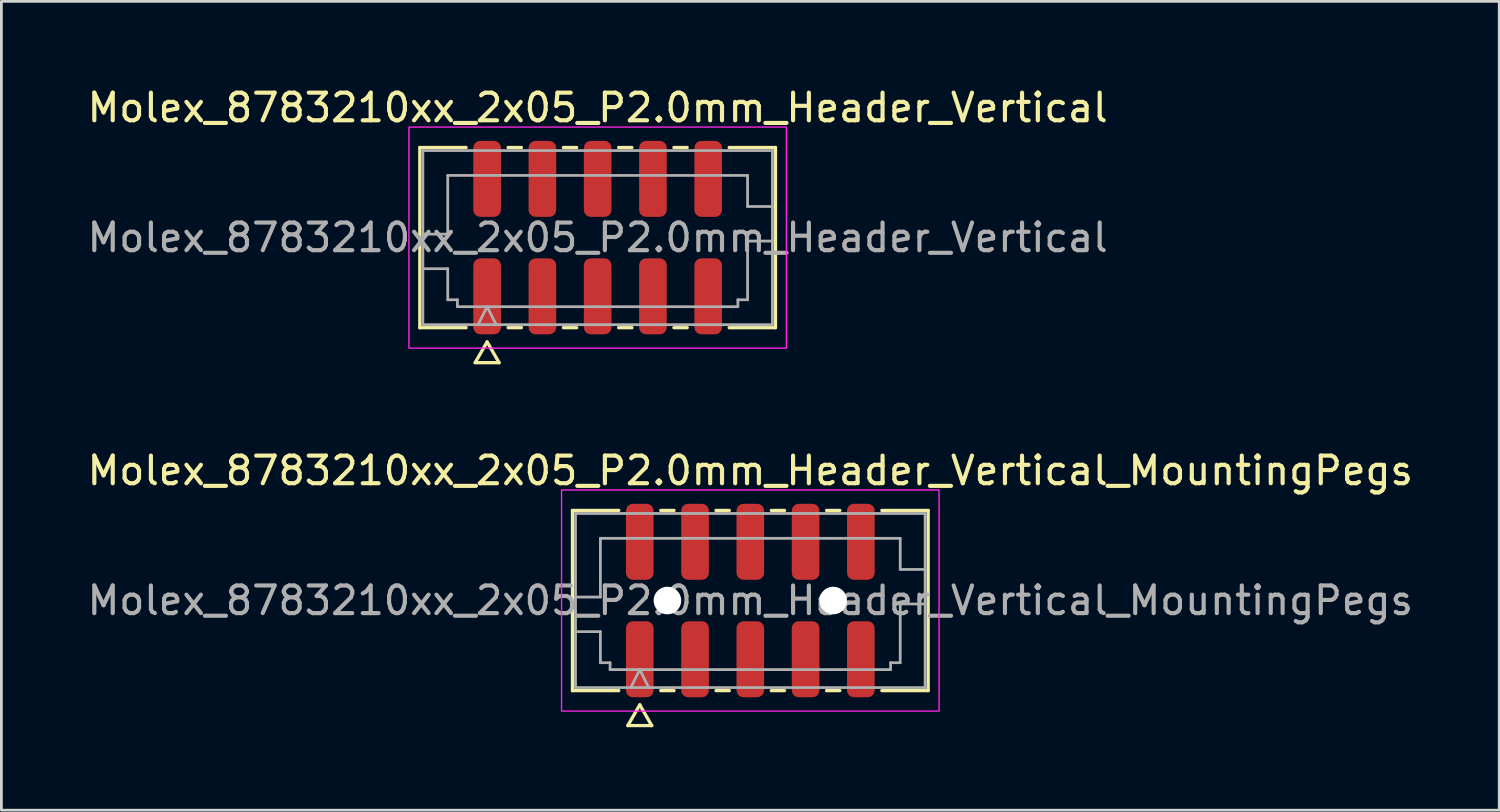
<source format=kicad_pcb>
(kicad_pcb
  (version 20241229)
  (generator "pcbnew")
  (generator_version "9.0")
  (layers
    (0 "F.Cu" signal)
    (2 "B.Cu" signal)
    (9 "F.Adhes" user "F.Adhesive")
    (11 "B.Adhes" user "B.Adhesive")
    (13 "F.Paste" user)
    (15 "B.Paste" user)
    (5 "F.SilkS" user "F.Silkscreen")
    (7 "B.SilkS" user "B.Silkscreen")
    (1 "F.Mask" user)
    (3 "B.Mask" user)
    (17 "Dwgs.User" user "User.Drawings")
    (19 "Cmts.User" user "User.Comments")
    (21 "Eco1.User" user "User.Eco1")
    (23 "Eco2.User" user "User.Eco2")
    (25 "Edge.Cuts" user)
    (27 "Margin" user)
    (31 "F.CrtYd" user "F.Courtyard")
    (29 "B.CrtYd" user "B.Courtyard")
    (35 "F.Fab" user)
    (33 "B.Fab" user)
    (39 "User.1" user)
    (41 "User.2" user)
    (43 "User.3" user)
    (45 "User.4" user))
  (footprint "Molex_8783210xx_2x05_P2.0mm_Header_Vertical_MountingPegs"
    (layer "F.Cu")
    (at 24.101 18.681)
    (property "Reference" "Molex_8783210xx_2x05_P2.0mm_Header_Vertical_MountingPegs" (at 0 -4.7 0) (layer "F.SilkS") (effects (font (size 1 1) (thickness 0.15))))
    (attr smd)
    (fp_line (start -6.435 -3.26) (end -4.76 -3.26) (stroke (width 0.12) (type solid)) (layer "F.SilkS"))
    (fp_line (start -6.435 3.26) (end -6.435 -3.26) (stroke (width 0.12) (type solid)) (layer "F.SilkS"))
    (fp_line (start -4.76 3.26) (end -6.435 3.26) (stroke (width 0.12) (type solid)) (layer "F.SilkS"))
    (fp_line (start -4.433 4.525) (end -4 3.775) (stroke (width 0.12) (type solid)) (layer "F.SilkS"))
    (fp_line (start -4 3.775) (end -3.567 4.525) (stroke (width 0.12) (type solid)) (layer "F.SilkS"))
    (fp_line (start -3.567 4.525) (end -4.433 4.525) (stroke (width 0.12) (type solid)) (layer "F.SilkS"))
    (fp_line (start -3.24 -3.26) (end -2.76 -3.26) (stroke (width 0.12) (type solid)) (layer "F.SilkS"))
    (fp_line (start -2.76 3.26) (end -3.24 3.26) (stroke (width 0.12) (type solid)) (layer "F.SilkS"))
    (fp_line (start -1.24 -3.26) (end -0.76 -3.26) (stroke (width 0.12) (type solid)) (layer "F.SilkS"))
    (fp_line (start -0.76 3.26) (end -1.24 3.26) (stroke (width 0.12) (type solid)) (layer "F.SilkS"))
    (fp_line (start 0.76 -3.26) (end 1.24 -3.26) (stroke (width 0.12) (type solid)) (layer "F.SilkS"))
    (fp_line (start 1.24 3.26) (end 0.76 3.26) (stroke (width 0.12) (type solid)) (layer "F.SilkS"))
    (fp_line (start 2.76 -3.26) (end 3.24 -3.26) (stroke (width 0.12) (type solid)) (layer "F.SilkS"))
    (fp_line (start 3.24 3.26) (end 2.76 3.26) (stroke (width 0.12) (type solid)) (layer "F.SilkS"))
    (fp_line (start 4.76 -3.26) (end 6.435 -3.26) (stroke (width 0.12) (type solid)) (layer "F.SilkS"))
    (fp_line (start 6.435 -3.26) (end 6.435 3.26) (stroke (width 0.12) (type solid)) (layer "F.SilkS"))
    (fp_line (start 6.435 3.26) (end 4.76 3.26) (stroke (width 0.12) (type solid)) (layer "F.SilkS"))
    (fp_rect (start -6.83 -4) (end 6.83 4) (stroke (width 0.05) (type solid)) (fill no) (layer "F.CrtYd"))
    (fp_line (start -6.325 -3.15) (end 6.325 -3.15) (stroke (width 0.1) (type solid)) (layer "F.Fab"))
    (fp_line (start -6.325 -0.125) (end -5.425 -0.125) (stroke (width 0.1) (type solid)) (layer "F.Fab"))
    (fp_line (start -6.325 1.125) (end -5.425 1.125) (stroke (width 0.1) (type solid)) (layer "F.Fab"))
    (fp_line (start -6.325 3.15) (end -6.325 -3.15) (stroke (width 0.1) (type solid)) (layer "F.Fab"))
    (fp_line (start -5.425 -2.25) (end 5.425 -2.25) (stroke (width 0.1) (type solid)) (layer "F.Fab"))
    (fp_line (start -5.425 -0.125) (end -5.425 -2.25) (stroke (width 0.1) (type solid)) (layer "F.Fab"))
    (fp_line (start -5.425 1.125) (end -5.425 2.25) (stroke (width 0.1) (type solid)) (layer "F.Fab"))
    (fp_line (start -5.425 2.25) (end -5.075 2.25) (stroke (width 0.1) (type solid)) (layer "F.Fab"))
    (fp_line (start -5.075 2.25) (end -5.075 2.5) (stroke (width 0.1) (type solid)) (layer "F.Fab"))
    (fp_line (start -5.075 2.5) (end 0 2.5) (stroke (width 0.1) (type solid)) (layer "F.Fab"))
    (fp_line (start -4.325 3.15) (end -4 2.5) (stroke (width 0.1) (type solid)) (layer "F.Fab"))
    (fp_line (start -4 2.5) (end -3.675 3.15) (stroke (width 0.1) (type solid)) (layer "F.Fab"))
    (fp_line (start 0 2.5) (end 5.075 2.5) (stroke (width 0.1) (type solid)) (layer "F.Fab"))
    (fp_line (start 5.075 2.25) (end 5.425 2.25) (stroke (width 0.1) (type solid)) (layer "F.Fab"))
    (fp_line (start 5.075 2.5) (end 5.075 2.25) (stroke (width 0.1) (type solid)) (layer "F.Fab"))
    (fp_line (start 5.425 -2.25) (end 5.425 -1.125) (stroke (width 0.1) (type solid)) (layer "F.Fab"))
    (fp_line (start 5.425 -1.125) (end 6.325 -1.125) (stroke (width 0.1) (type solid)) (layer "F.Fab"))
    (fp_line (start 5.425 0.125) (end 6.325 0.125) (stroke (width 0.1) (type solid)) (layer "F.Fab"))
    (fp_line (start 5.425 2.25) (end 5.425 0.125) (stroke (width 0.1) (type solid)) (layer "F.Fab"))
    (fp_line (start 6.325 -3.15) (end 6.325 3.15) (stroke (width 0.1) (type solid)) (layer "F.Fab"))
    (fp_line (start 6.325 3.15) (end -6.325 3.15) (stroke (width 0.1) (type solid)) (layer "F.Fab"))
    (fp_text user "${REFERENCE}" (at 0 0 0) (layer "F.Fab") (effects (font (size 1 1) (thickness 0.15))))
    (pad "" np_thru_hole circle (at -3 0) (size 1 1) (drill 1) (layers "*.Cu" "*.Mask"))
    (pad "" np_thru_hole circle (at 3 0) (size 1 1) (drill 1) (layers "*.Cu" "*.Mask"))
    (pad "1" smd roundrect (at -4 2.125) (size 1 2.75) (layers "F.Cu" "F.Mask" "F.Paste") (roundrect_rratio 0.25))
    (pad "2" smd roundrect (at -4 -2.125) (size 1 2.75) (layers "F.Cu" "F.Mask" "F.Paste") (roundrect_rratio 0.25))
    (pad "3" smd roundrect (at -2 2.125) (size 1 2.75) (layers "F.Cu" "F.Mask" "F.Paste") (roundrect_rratio 0.25))
    (pad "4" smd roundrect (at -2 -2.125) (size 1 2.75) (layers "F.Cu" "F.Mask" "F.Paste") (roundrect_rratio 0.25))
    (pad "5" smd roundrect (at 0 2.125) (size 1 2.75) (layers "F.Cu" "F.Mask" "F.Paste") (roundrect_rratio 0.25))
    (pad "6" smd roundrect (at 0 -2.125) (size 1 2.75) (layers "F.Cu" "F.Mask" "F.Paste") (roundrect_rratio 0.25))
    (pad "7" smd roundrect (at 2 2.125) (size 1 2.75) (layers "F.Cu" "F.Mask" "F.Paste") (roundrect_rratio 0.25))
    (pad "8" smd roundrect (at 2 -2.125) (size 1 2.75) (layers "F.Cu" "F.Mask" "F.Paste") (roundrect_rratio 0.25))
    (pad "9" smd roundrect (at 4 2.125) (size 1 2.75) (layers "F.Cu" "F.Mask" "F.Paste") (roundrect_rratio 0.25))
    (pad "10" smd roundrect (at 4 -2.125) (size 1 2.75) (layers "F.Cu" "F.Mask" "F.Paste") (roundrect_rratio 0.25)))
  (footprint "Molex_8783210xx_2x05_P2.0mm_Header_Vertical"
    (layer "F.Cu")
    (at 18.577 5.548)
    (property "Reference" "Molex_8783210xx_2x05_P2.0mm_Header_Vertical" (at 0 -4.7 0) (layer "F.SilkS") (effects (font (size 1 1) (thickness 0.15))))
    (attr smd)
    (fp_line (start -6.435 -3.26) (end -4.76 -3.26) (stroke (width 0.12) (type solid)) (layer "F.SilkS"))
    (fp_line (start -6.435 3.26) (end -6.435 -3.26) (stroke (width 0.12) (type solid)) (layer "F.SilkS"))
    (fp_line (start -4.76 3.26) (end -6.435 3.26) (stroke (width 0.12) (type solid)) (layer "F.SilkS"))
    (fp_line (start -4.433 4.525) (end -4 3.775) (stroke (width 0.12) (type solid)) (layer "F.SilkS"))
    (fp_line (start -4 3.775) (end -3.567 4.525) (stroke (width 0.12) (type solid)) (layer "F.SilkS"))
    (fp_line (start -3.567 4.525) (end -4.433 4.525) (stroke (width 0.12) (type solid)) (layer "F.SilkS"))
    (fp_line (start -3.24 -3.26) (end -2.76 -3.26) (stroke (width 0.12) (type solid)) (layer "F.SilkS"))
    (fp_line (start -2.76 3.26) (end -3.24 3.26) (stroke (width 0.12) (type solid)) (layer "F.SilkS"))
    (fp_line (start -1.24 -3.26) (end -0.76 -3.26) (stroke (width 0.12) (type solid)) (layer "F.SilkS"))
    (fp_line (start -0.76 3.26) (end -1.24 3.26) (stroke (width 0.12) (type solid)) (layer "F.SilkS"))
    (fp_line (start 0.76 -3.26) (end 1.24 -3.26) (stroke (width 0.12) (type solid)) (layer "F.SilkS"))
    (fp_line (start 1.24 3.26) (end 0.76 3.26) (stroke (width 0.12) (type solid)) (layer "F.SilkS"))
    (fp_line (start 2.76 -3.26) (end 3.24 -3.26) (stroke (width 0.12) (type solid)) (layer "F.SilkS"))
    (fp_line (start 3.24 3.26) (end 2.76 3.26) (stroke (width 0.12) (type solid)) (layer "F.SilkS"))
    (fp_line (start 4.76 -3.26) (end 6.435 -3.26) (stroke (width 0.12) (type solid)) (layer "F.SilkS"))
    (fp_line (start 6.435 -3.26) (end 6.435 3.26) (stroke (width 0.12) (type solid)) (layer "F.SilkS"))
    (fp_line (start 6.435 3.26) (end 4.76 3.26) (stroke (width 0.12) (type solid)) (layer "F.SilkS"))
    (fp_rect (start -6.83 -4) (end 6.83 4) (stroke (width 0.05) (type solid)) (fill no) (layer "F.CrtYd"))
    (fp_line (start -6.325 -3.15) (end 6.325 -3.15) (stroke (width 0.1) (type solid)) (layer "F.Fab"))
    (fp_line (start -6.325 -0.125) (end -5.425 -0.125) (stroke (width 0.1) (type solid)) (layer "F.Fab"))
    (fp_line (start -6.325 1.125) (end -5.425 1.125) (stroke (width 0.1) (type solid)) (layer "F.Fab"))
    (fp_line (start -6.325 3.15) (end -6.325 -3.15) (stroke (width 0.1) (type solid)) (layer "F.Fab"))
    (fp_line (start -5.425 -2.25) (end 5.425 -2.25) (stroke (width 0.1) (type solid)) (layer "F.Fab"))
    (fp_line (start -5.425 -0.125) (end -5.425 -2.25) (stroke (width 0.1) (type solid)) (layer "F.Fab"))
    (fp_line (start -5.425 1.125) (end -5.425 2.25) (stroke (width 0.1) (type solid)) (layer "F.Fab"))
    (fp_line (start -5.425 2.25) (end -5.075 2.25) (stroke (width 0.1) (type solid)) (layer "F.Fab"))
    (fp_line (start -5.075 2.25) (end -5.075 2.5) (stroke (width 0.1) (type solid)) (layer "F.Fab"))
    (fp_line (start -5.075 2.5) (end 0 2.5) (stroke (width 0.1) (type solid)) (layer "F.Fab"))
    (fp_line (start -4.325 3.15) (end -4 2.5) (stroke (width 0.1) (type solid)) (layer "F.Fab"))
    (fp_line (start -4 2.5) (end -3.675 3.15) (stroke (width 0.1) (type solid)) (layer "F.Fab"))
    (fp_line (start 0 2.5) (end 5.075 2.5) (stroke (width 0.1) (type solid)) (layer "F.Fab"))
    (fp_line (start 5.075 2.25) (end 5.425 2.25) (stroke (width 0.1) (type solid)) (layer "F.Fab"))
    (fp_line (start 5.075 2.5) (end 5.075 2.25) (stroke (width 0.1) (type solid)) (layer "F.Fab"))
    (fp_line (start 5.425 -2.25) (end 5.425 -1.125) (stroke (width 0.1) (type solid)) (layer "F.Fab"))
    (fp_line (start 5.425 -1.125) (end 6.325 -1.125) (stroke (width 0.1) (type solid)) (layer "F.Fab"))
    (fp_line (start 5.425 0.125) (end 6.325 0.125) (stroke (width 0.1) (type solid)) (layer "F.Fab"))
    (fp_line (start 5.425 2.25) (end 5.425 0.125) (stroke (width 0.1) (type solid)) (layer "F.Fab"))
    (fp_line (start 6.325 -3.15) (end 6.325 3.15) (stroke (width 0.1) (type solid)) (layer "F.Fab"))
    (fp_line (start 6.325 3.15) (end -6.325 3.15) (stroke (width 0.1) (type solid)) (layer "F.Fab"))
    (fp_text user "${REFERENCE}" (at 0 0 0) (layer "F.Fab") (effects (font (size 1 1) (thickness 0.15))))
    (pad "1" smd roundrect (at -4 2.125) (size 1 2.75) (layers "F.Cu" "F.Mask" "F.Paste") (roundrect_rratio 0.25))
    (pad "2" smd roundrect (at -4 -2.125) (size 1 2.75) (layers "F.Cu" "F.Mask" "F.Paste") (roundrect_rratio 0.25))
    (pad "3" smd roundrect (at -2 2.125) (size 1 2.75) (layers "F.Cu" "F.Mask" "F.Paste") (roundrect_rratio 0.25))
    (pad "4" smd roundrect (at -2 -2.125) (size 1 2.75) (layers "F.Cu" "F.Mask" "F.Paste") (roundrect_rratio 0.25))
    (pad "5" smd roundrect (at 0 2.125) (size 1 2.75) (layers "F.Cu" "F.Mask" "F.Paste") (roundrect_rratio 0.25))
    (pad "6" smd roundrect (at 0 -2.125) (size 1 2.75) (layers "F.Cu" "F.Mask" "F.Paste") (roundrect_rratio 0.25))
    (pad "7" smd roundrect (at 2 2.125) (size 1 2.75) (layers "F.Cu" "F.Mask" "F.Paste") (roundrect_rratio 0.25))
    (pad "8" smd roundrect (at 2 -2.125) (size 1 2.75) (layers "F.Cu" "F.Mask" "F.Paste") (roundrect_rratio 0.25))
    (pad "9" smd roundrect (at 4 2.125) (size 1 2.75) (layers "F.Cu" "F.Mask" "F.Paste") (roundrect_rratio 0.25))
    (pad "10" smd roundrect (at 4 -2.125) (size 1 2.75) (layers "F.Cu" "F.Mask" "F.Paste") (roundrect_rratio 0.25)))
  (gr_rect
    (start -3 -3)
    (end 51.202 26.267)
    (stroke (width 0.1) (type default))
    (fill no)
    (layer "Edge.Cuts")))
</source>
